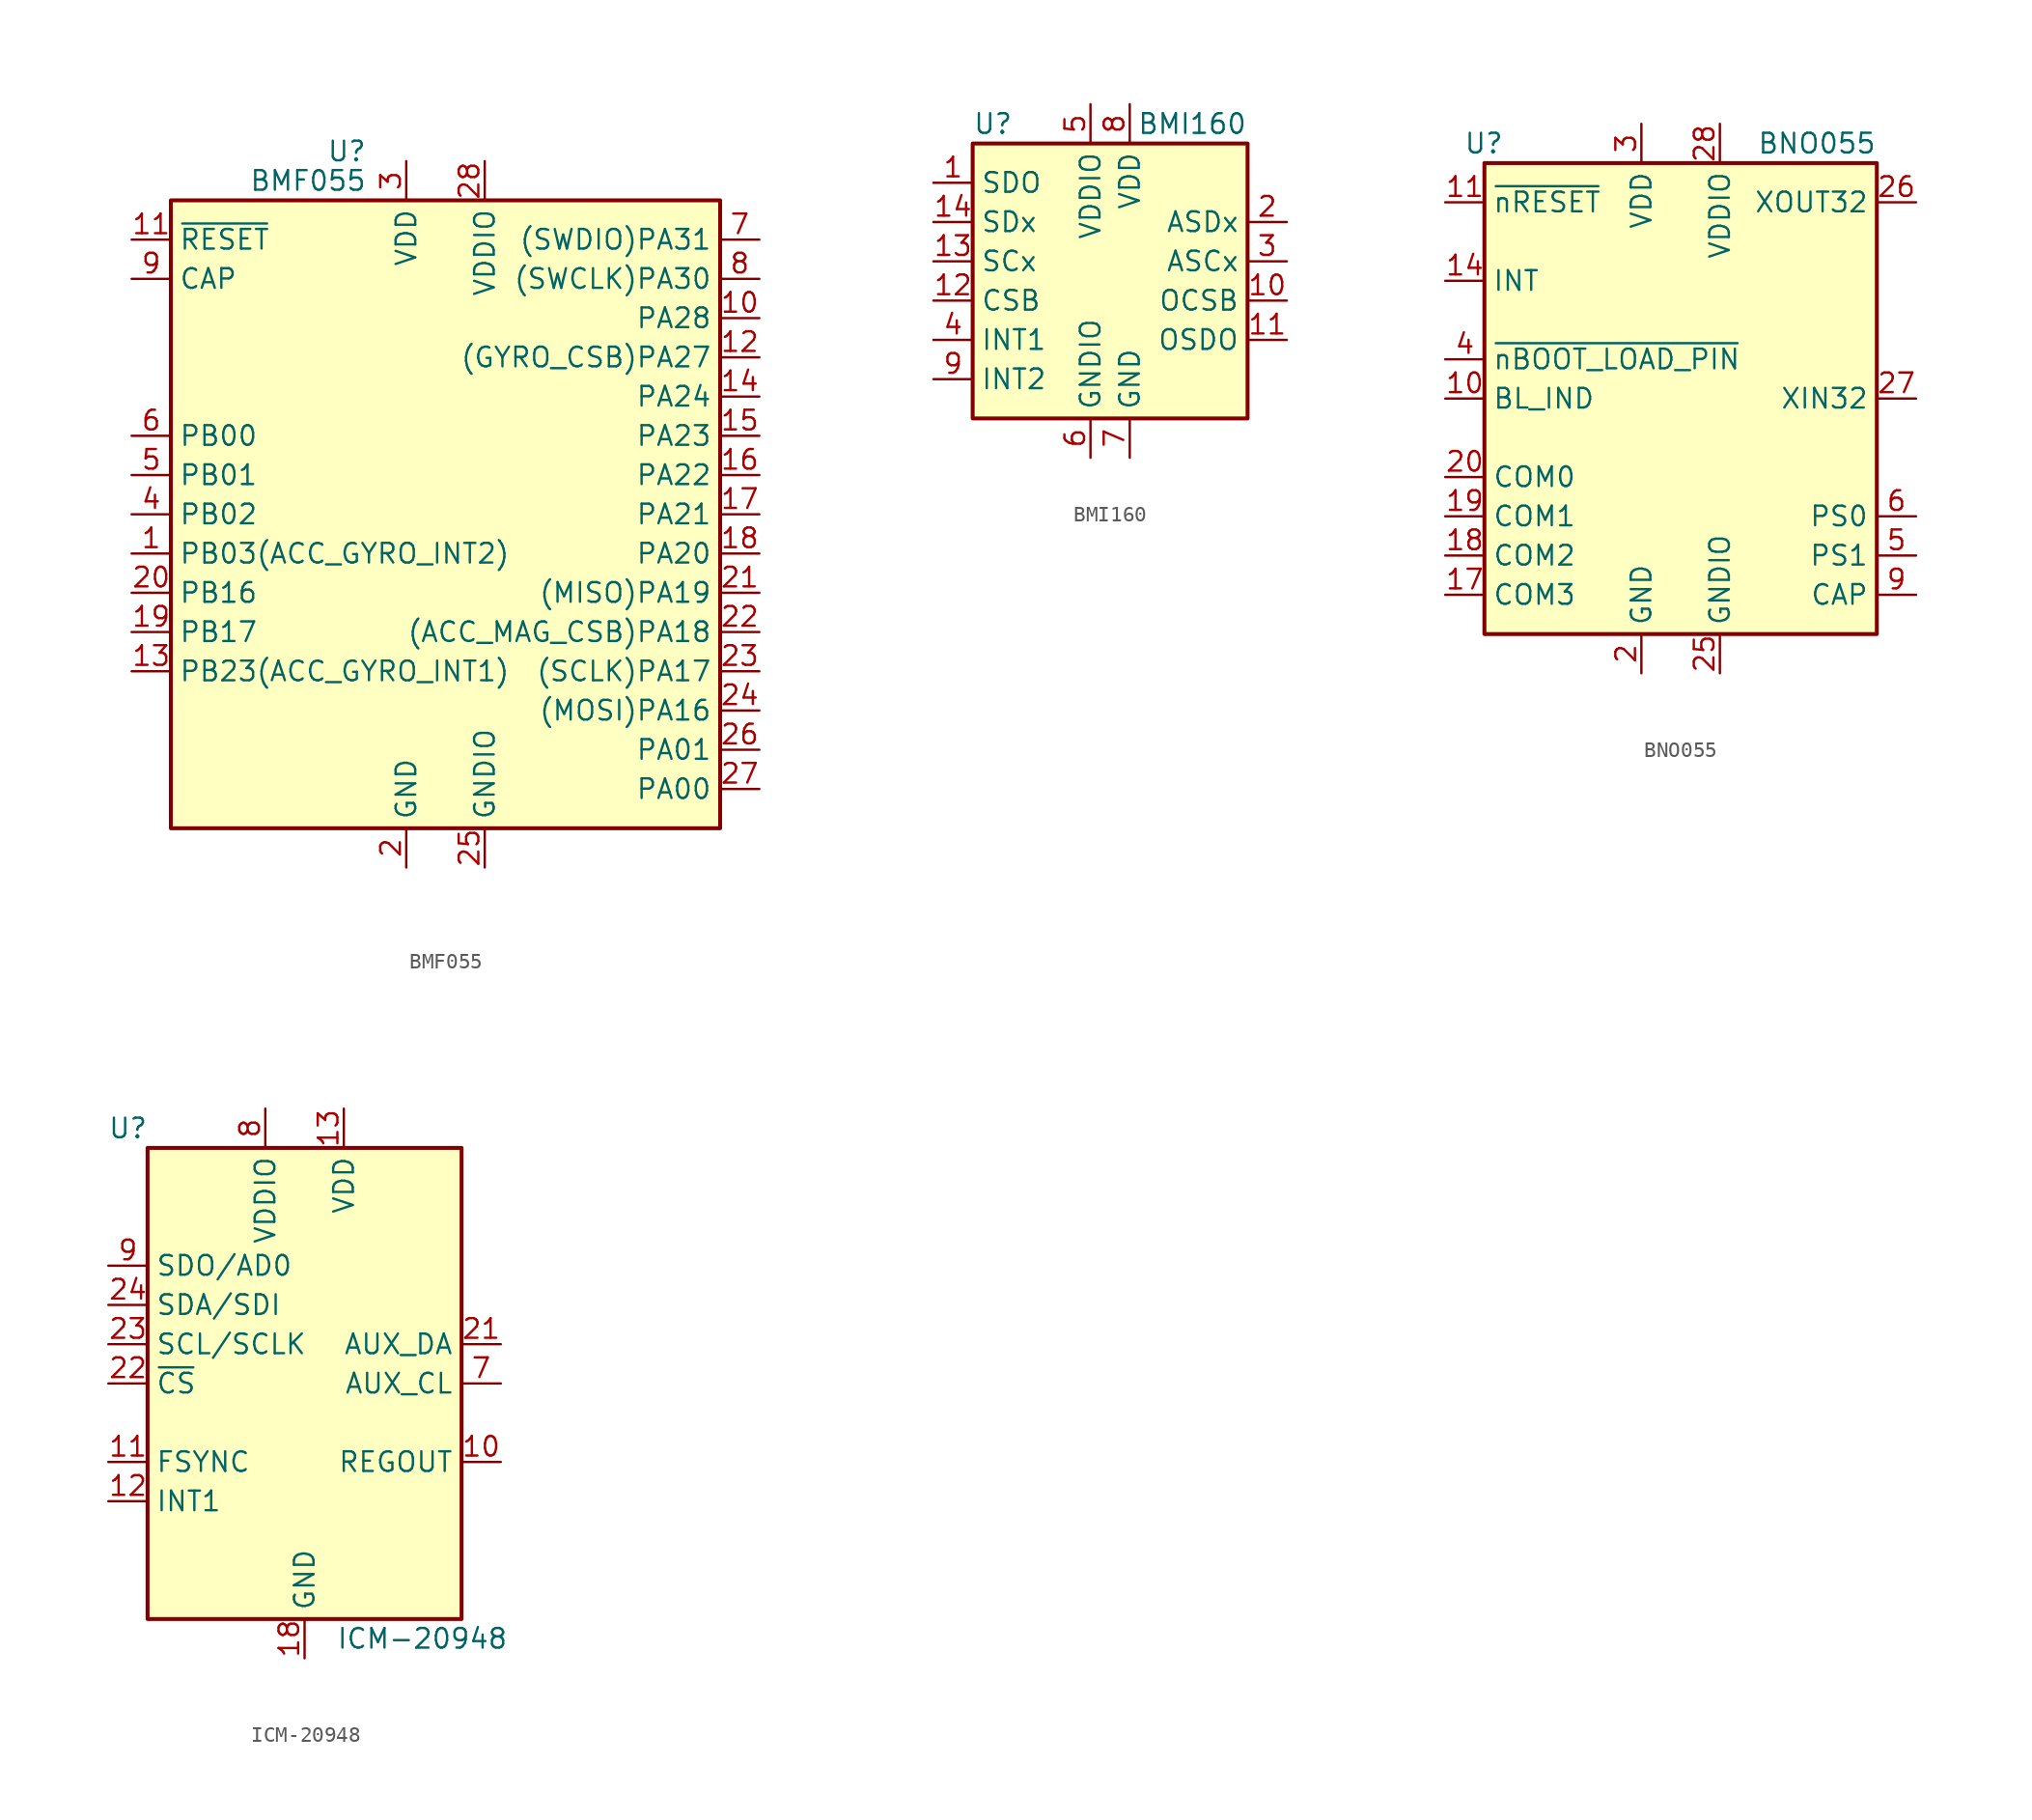
<source format=kicad_sym>
(kicad_symbol_lib
  (version 20201005)
  (generator kicad_symbol_editor)
  (symbol "BMF055"
    (property "Reference" "U"
      (at -5.08 23.495 0)
      (effects (font (size 1.27 1.27)) (justify right)))
    (property "Value" "BMF055"
      (at -5.08 21.59 0)
      (effects (font (size 1.27 1.27)) (justify right)))
    (symbol "BMF055_0_1"
      (rectangle (start -17.78 20.32) (end 17.78 -20.32) (stroke (width 0.254)) (fill (type background))))
    (symbol "BMF055_1_1"
      (pin bidirectional line (at -20.32 -2.54 0) (length 2.54) (name "PB03(ACC_GYRO_INT2)" (effects (font (size 1.27 1.27)))) (number "1" (effects (font (size 1.27 1.27)))))
      (pin bidirectional line (at 20.32 12.7 180) (length 2.54) (name "PA28" (effects (font (size 1.27 1.27)))) (number "10" (effects (font (size 1.27 1.27)))))
      (pin input line (at -20.32 17.78 0) (length 2.54) (name "~RESET" (effects (font (size 1.27 1.27)))) (number "11" (effects (font (size 1.27 1.27)))))
      (pin bidirectional line (at 20.32 10.16 180) (length 2.54) (name "(GYRO_CSB)PA27" (effects (font (size 1.27 1.27)))) (number "12" (effects (font (size 1.27 1.27)))))
      (pin bidirectional line (at -20.32 -10.16 0) (length 2.54) (name "PB23(ACC_GYRO_INT1)" (effects (font (size 1.27 1.27)))) (number "13" (effects (font (size 1.27 1.27)))))
      (pin input line (at 20.32 7.62 180) (length 2.54) (name "PA24" (effects (font (size 1.27 1.27)))) (number "14" (effects (font (size 1.27 1.27)))))
      (pin bidirectional line (at 20.32 5.08 180) (length 2.54) (name "PA23" (effects (font (size 1.27 1.27)))) (number "15" (effects (font (size 1.27 1.27)))))
      (pin bidirectional line (at 20.32 2.54 180) (length 2.54) (name "PA22" (effects (font (size 1.27 1.27)))) (number "16" (effects (font (size 1.27 1.27)))))
      (pin bidirectional line (at 20.32 0 180) (length 2.54) (name "PA21" (effects (font (size 1.27 1.27)))) (number "17" (effects (font (size 1.27 1.27)))))
      (pin bidirectional line (at 20.32 -2.54 180) (length 2.54) (name "PA20" (effects (font (size 1.27 1.27)))) (number "18" (effects (font (size 1.27 1.27)))))
      (pin bidirectional line (at -20.32 -7.62 0) (length 2.54) (name "PB17" (effects (font (size 1.27 1.27)))) (number "19" (effects (font (size 1.27 1.27)))))
      (pin power_in line (at -2.54 -22.86 90) (length 2.54) (name "GND" (effects (font (size 1.27 1.27)))) (number "2" (effects (font (size 1.27 1.27)))))
      (pin bidirectional line (at -20.32 -5.08 0) (length 2.54) (name "PB16" (effects (font (size 1.27 1.27)))) (number "20" (effects (font (size 1.27 1.27)))))
      (pin bidirectional line (at 20.32 -5.08 180) (length 2.54) (name "(MISO)PA19" (effects (font (size 1.27 1.27)))) (number "21" (effects (font (size 1.27 1.27)))))
      (pin bidirectional line (at 20.32 -7.62 180) (length 2.54) (name "(ACC_MAG_CSB)PA18" (effects (font (size 1.27 1.27)))) (number "22" (effects (font (size 1.27 1.27)))))
      (pin bidirectional line (at 20.32 -10.16 180) (length 2.54) (name "(SCLK)PA17" (effects (font (size 1.27 1.27)))) (number "23" (effects (font (size 1.27 1.27)))))
      (pin bidirectional line (at 20.32 -12.7 180) (length 2.54) (name "(MOSI)PA16" (effects (font (size 1.27 1.27)))) (number "24" (effects (font (size 1.27 1.27)))))
      (pin power_in line (at 2.54 -22.86 90) (length 2.54) (name "GNDIO" (effects (font (size 1.27 1.27)))) (number "25" (effects (font (size 1.27 1.27)))))
      (pin bidirectional line (at 20.32 -15.24 180) (length 2.54) (name "PA01" (effects (font (size 1.27 1.27)))) (number "26" (effects (font (size 1.27 1.27)))))
      (pin bidirectional line (at 20.32 -17.78 180) (length 2.54) (name "PA00" (effects (font (size 1.27 1.27)))) (number "27" (effects (font (size 1.27 1.27)))))
      (pin power_in line (at 2.54 22.86 270) (length 2.54) (name "VDDIO" (effects (font (size 1.27 1.27)))) (number "28" (effects (font (size 1.27 1.27)))))
      (pin power_in line (at -2.54 22.86 270) (length 2.54) (name "VDD" (effects (font (size 1.27 1.27)))) (number "3" (effects (font (size 1.27 1.27)))))
      (pin bidirectional line (at -20.32 0 0) (length 2.54) (name "PB02" (effects (font (size 1.27 1.27)))) (number "4" (effects (font (size 1.27 1.27)))))
      (pin bidirectional line (at -20.32 2.54 0) (length 2.54) (name "PB01" (effects (font (size 1.27 1.27)))) (number "5" (effects (font (size 1.27 1.27)))))
      (pin bidirectional line (at -20.32 5.08 0) (length 2.54) (name "PB00" (effects (font (size 1.27 1.27)))) (number "6" (effects (font (size 1.27 1.27)))))
      (pin bidirectional line (at 20.32 17.78 180) (length 2.54) (name "(SWDIO)PA31" (effects (font (size 1.27 1.27)))) (number "7" (effects (font (size 1.27 1.27)))))
      (pin bidirectional line (at 20.32 15.24 180) (length 2.54) (name "(SWCLK)PA30" (effects (font (size 1.27 1.27)))) (number "8" (effects (font (size 1.27 1.27)))))
      (pin bidirectional line (at -20.32 15.24 0) (length 2.54) (name "CAP" (effects (font (size 1.27 1.27)))) (number "9" (effects (font (size 1.27 1.27)))))))
  (symbol "BMI160"
    (property "Reference" "U"
      (at -10.16 8.89 0)
      (effects (font (size 1.27 1.27)) (justify left)))
    (property "Value" "BMI160"
      (at 7.62 8.89 0)
      (effects (font (size 1.27 1.27)) (justify right)))
    (symbol "BMI160_1_1"
      (rectangle (start -10.16 7.62) (end 7.62 -10.16) (stroke (width 0.254)) (fill (type background)))
      (pin bidirectional line (at -12.7 5.08 0) (length 2.54) (name "SDO" (effects (font (size 1.27 1.27)))) (number "1" (effects (font (size 1.27 1.27)))))
      (pin bidirectional line (at 10.16 -2.54 180) (length 2.54) (name "OCSB" (effects (font (size 1.27 1.27)))) (number "10" (effects (font (size 1.27 1.27)))))
      (pin bidirectional line (at 10.16 -5.08 180) (length 2.54) (name "OSDO" (effects (font (size 1.27 1.27)))) (number "11" (effects (font (size 1.27 1.27)))))
      (pin input line (at -12.7 -2.54 0) (length 2.54) (name "CSB" (effects (font (size 1.27 1.27)))) (number "12" (effects (font (size 1.27 1.27)))))
      (pin input line (at -12.7 0 0) (length 2.54) (name "SCx" (effects (font (size 1.27 1.27)))) (number "13" (effects (font (size 1.27 1.27)))))
      (pin bidirectional line (at -12.7 2.54 0) (length 2.54) (name "SDx" (effects (font (size 1.27 1.27)))) (number "14" (effects (font (size 1.27 1.27)))))
      (pin bidirectional line (at 10.16 2.54 180) (length 2.54) (name "ASDx" (effects (font (size 1.27 1.27)))) (number "2" (effects (font (size 1.27 1.27)))))
      (pin output line (at 10.16 0 180) (length 2.54) (name "ASCx" (effects (font (size 1.27 1.27)))) (number "3" (effects (font (size 1.27 1.27)))))
      (pin bidirectional line (at -12.7 -5.08 0) (length 2.54) (name "INT1" (effects (font (size 1.27 1.27)))) (number "4" (effects (font (size 1.27 1.27)))))
      (pin power_in line (at -2.54 10.16 270) (length 2.54) (name "VDDIO" (effects (font (size 1.27 1.27)))) (number "5" (effects (font (size 1.27 1.27)))))
      (pin power_in line (at -2.54 -12.7 90) (length 2.54) (name "GNDIO" (effects (font (size 1.27 1.27)))) (number "6" (effects (font (size 1.27 1.27)))))
      (pin power_in line (at 0 -12.7 90) (length 2.54) (name "GND" (effects (font (size 1.27 1.27)))) (number "7" (effects (font (size 1.27 1.27)))))
      (pin power_in line (at 0 10.16 270) (length 2.54) (name "VDD" (effects (font (size 1.27 1.27)))) (number "8" (effects (font (size 1.27 1.27)))))
      (pin bidirectional line (at -12.7 -7.62 0) (length 2.54) (name "INT2" (effects (font (size 1.27 1.27)))) (number "9" (effects (font (size 1.27 1.27)))))))
  (symbol "BNO055"
    (property "Reference" "U"
      (at -11.43 16.51 0)
      (effects (font (size 1.27 1.27)) (justify right)))
    (property "Value" "BNO055"
      (at 12.7 16.51 0)
      (effects (font (size 1.27 1.27)) (justify right)))
    (symbol "BNO055_0_1"
      (rectangle (start -12.7 15.24) (end 12.7 -15.24) (stroke (width 0.254)) (fill (type background))))
    (symbol "BNO055_1_1"
      (pin no_connect line (at -12.7 10.16 0) (length 2.54) hide (name "PIN1" (effects (font (size 1.27 1.27)))) (number "1" (effects (font (size 1.27 1.27)))))
      (pin output line (at -15.24 0 0) (length 2.54) (name "BL_IND" (effects (font (size 1.27 1.27)))) (number "10" (effects (font (size 1.27 1.27)))))
      (pin input line (at -15.24 12.7 0) (length 2.54) (name "~nRESET" (effects (font (size 1.27 1.27)))) (number "11" (effects (font (size 1.27 1.27)))))
      (pin no_connect line (at 12.7 10.16 180) (length 2.54) hide (name "PIN12" (effects (font (size 1.27 1.27)))) (number "12" (effects (font (size 1.27 1.27)))))
      (pin no_connect line (at 12.7 7.62 180) (length 2.54) hide (name "PIN13" (effects (font (size 1.27 1.27)))) (number "13" (effects (font (size 1.27 1.27)))))
      (pin output line (at -15.24 7.62 0) (length 2.54) (name "INT" (effects (font (size 1.27 1.27)))) (number "14" (effects (font (size 1.27 1.27)))))
      (pin passive line (at 2.54 -17.78 90) (length 2.54) hide (name "GNDIO" (effects (font (size 1.27 1.27)))) (number "15" (effects (font (size 1.27 1.27)))))
      (pin passive line (at 2.54 -17.78 90) (length 2.54) hide (name "GNDIO" (effects (font (size 1.27 1.27)))) (number "16" (effects (font (size 1.27 1.27)))))
      (pin input line (at -15.24 -12.7 0) (length 2.54) (name "COM3" (effects (font (size 1.27 1.27)))) (number "17" (effects (font (size 1.27 1.27)))))
      (pin bidirectional line (at -15.24 -10.16 0) (length 2.54) (name "COM2" (effects (font (size 1.27 1.27)))) (number "18" (effects (font (size 1.27 1.27)))))
      (pin bidirectional line (at -15.24 -7.62 0) (length 2.54) (name "COM1" (effects (font (size 1.27 1.27)))) (number "19" (effects (font (size 1.27 1.27)))))
      (pin power_in line (at -2.54 -17.78 90) (length 2.54) (name "GND" (effects (font (size 1.27 1.27)))) (number "2" (effects (font (size 1.27 1.27)))))
      (pin bidirectional line (at -15.24 -5.08 0) (length 2.54) (name "COM0" (effects (font (size 1.27 1.27)))) (number "20" (effects (font (size 1.27 1.27)))))
      (pin no_connect line (at 12.7 5.08 180) (length 2.54) hide (name "PIN21" (effects (font (size 1.27 1.27)))) (number "21" (effects (font (size 1.27 1.27)))))
      (pin no_connect line (at 12.7 2.54 180) (length 2.54) hide (name "PIN22" (effects (font (size 1.27 1.27)))) (number "22" (effects (font (size 1.27 1.27)))))
      (pin no_connect line (at 12.7 -2.54 180) (length 2.54) hide (name "PIN23" (effects (font (size 1.27 1.27)))) (number "23" (effects (font (size 1.27 1.27)))))
      (pin no_connect line (at 12.7 -5.08 180) (length 2.54) hide (name "PIN24" (effects (font (size 1.27 1.27)))) (number "24" (effects (font (size 1.27 1.27)))))
      (pin power_in line (at 2.54 -17.78 90) (length 2.54) (name "GNDIO" (effects (font (size 1.27 1.27)))) (number "25" (effects (font (size 1.27 1.27)))))
      (pin output line (at 15.24 12.7 180) (length 2.54) (name "XOUT32" (effects (font (size 1.27 1.27)))) (number "26" (effects (font (size 1.27 1.27)))))
      (pin input line (at 15.24 0 180) (length 2.54) (name "XIN32" (effects (font (size 1.27 1.27)))) (number "27" (effects (font (size 1.27 1.27)))))
      (pin power_in line (at 2.54 17.78 270) (length 2.54) (name "VDDIO" (effects (font (size 1.27 1.27)))) (number "28" (effects (font (size 1.27 1.27)))))
      (pin power_in line (at -2.54 17.78 270) (length 2.54) (name "VDD" (effects (font (size 1.27 1.27)))) (number "3" (effects (font (size 1.27 1.27)))))
      (pin input line (at -15.24 2.54 0) (length 2.54) (name "~nBOOT_LOAD_PIN" (effects (font (size 1.27 1.27)))) (number "4" (effects (font (size 1.27 1.27)))))
      (pin input line (at 15.24 -10.16 180) (length 2.54) (name "PS1" (effects (font (size 1.27 1.27)))) (number "5" (effects (font (size 1.27 1.27)))))
      (pin input line (at 15.24 -7.62 180) (length 2.54) (name "PS0" (effects (font (size 1.27 1.27)))) (number "6" (effects (font (size 1.27 1.27)))))
      (pin no_connect line (at -12.7 5.08 0) (length 2.54) hide (name "PIN7" (effects (font (size 1.27 1.27)))) (number "7" (effects (font (size 1.27 1.27)))))
      (pin no_connect line (at -12.7 -2.54 0) (length 2.54) hide (name "PIN8" (effects (font (size 1.27 1.27)))) (number "8" (effects (font (size 1.27 1.27)))))
      (pin passive line (at 15.24 -12.7 180) (length 2.54) (name "CAP" (effects (font (size 1.27 1.27)))) (number "9" (effects (font (size 1.27 1.27)))))))
  (symbol "ICM-20948"
    (property "Reference" "U"
      (at -11.43 16.51 0)
      (effects (font (size 1.27 1.27))))
    (property "Value" "ICM-20948"
      (at 7.62 -16.51 0)
      (effects (font (size 1.27 1.27))))
    (symbol "ICM-20948_0_1"
      (rectangle (start -10.16 15.24) (end 10.16 -15.24) (stroke (width 0.254)) (fill (type background))))
    (symbol "ICM-20948_1_1"
      (pin no_connect line (at -10.16 12.7 0) (length 2.54) hide (name "NC" (effects (font (size 1.27 1.27)))) (number "1" (effects (font (size 1.27 1.27)))))
      (pin passive line (at 12.7 -5.08 180) (length 2.54) (name "REGOUT" (effects (font (size 1.27 1.27)))) (number "10" (effects (font (size 1.27 1.27)))))
      (pin input line (at -12.7 -5.08 0) (length 2.54) (name "FSYNC" (effects (font (size 1.27 1.27)))) (number "11" (effects (font (size 1.27 1.27)))))
      (pin output line (at -12.7 -7.62 0) (length 2.54) (name "INT1" (effects (font (size 1.27 1.27)))) (number "12" (effects (font (size 1.27 1.27)))))
      (pin power_in line (at 2.54 17.78 270) (length 2.54) (name "VDD" (effects (font (size 1.27 1.27)))) (number "13" (effects (font (size 1.27 1.27)))))
      (pin no_connect line (at 10.16 7.62 180) (length 2.54) hide (name "NC" (effects (font (size 1.27 1.27)))) (number "14" (effects (font (size 1.27 1.27)))))
      (pin no_connect line (at 10.16 5.08 180) (length 2.54) hide (name "NC" (effects (font (size 1.27 1.27)))) (number "15" (effects (font (size 1.27 1.27)))))
      (pin no_connect line (at 10.16 -7.62 180) (length 2.54) hide (name "NC" (effects (font (size 1.27 1.27)))) (number "16" (effects (font (size 1.27 1.27)))))
      (pin no_connect line (at 10.16 -10.16 180) (length 2.54) hide (name "NC" (effects (font (size 1.27 1.27)))) (number "17" (effects (font (size 1.27 1.27)))))
      (pin power_in line (at 0 -17.78 90) (length 2.54) (name "GND" (effects (font (size 1.27 1.27)))) (number "18" (effects (font (size 1.27 1.27)))))
      (pin no_connect line (at 10.16 -12.7 180) (length 2.54) hide (name "RESV" (effects (font (size 1.27 1.27)))) (number "19" (effects (font (size 1.27 1.27)))))
      (pin no_connect line (at -10.16 10.16 0) (length 2.54) hide (name "NC" (effects (font (size 1.27 1.27)))) (number "2" (effects (font (size 1.27 1.27)))))
      (pin passive line (at 0 -17.78 90) (length 2.54) hide (name "GND" (effects (font (size 1.27 1.27)))) (number "20" (effects (font (size 1.27 1.27)))))
      (pin bidirectional line (at 12.7 2.54 180) (length 2.54) (name "AUX_DA" (effects (font (size 1.27 1.27)))) (number "21" (effects (font (size 1.27 1.27)))))
      (pin input line (at -12.7 0 0) (length 2.54) (name "~CS" (effects (font (size 1.27 1.27)))) (number "22" (effects (font (size 1.27 1.27)))))
      (pin input line (at -12.7 2.54 0) (length 2.54) (name "SCL/SCLK" (effects (font (size 1.27 1.27)))) (number "23" (effects (font (size 1.27 1.27)))))
      (pin bidirectional line (at -12.7 5.08 0) (length 2.54) (name "SDA/SDI" (effects (font (size 1.27 1.27)))) (number "24" (effects (font (size 1.27 1.27)))))
      (pin no_connect line (at -10.16 -2.54 0) (length 2.54) hide (name "NC" (effects (font (size 1.27 1.27)))) (number "3" (effects (font (size 1.27 1.27)))))
      (pin no_connect line (at -10.16 -10.16 0) (length 2.54) hide (name "NC" (effects (font (size 1.27 1.27)))) (number "4" (effects (font (size 1.27 1.27)))))
      (pin no_connect line (at -10.16 -12.7 0) (length 2.54) hide (name "NC" (effects (font (size 1.27 1.27)))) (number "5" (effects (font (size 1.27 1.27)))))
      (pin no_connect line (at 10.16 10.16 180) (length 2.54) hide (name "NC" (effects (font (size 1.27 1.27)))) (number "6" (effects (font (size 1.27 1.27)))))
      (pin output line (at 12.7 0 180) (length 2.54) (name "AUX_CL" (effects (font (size 1.27 1.27)))) (number "7" (effects (font (size 1.27 1.27)))))
      (pin power_in line (at -2.54 17.78 270) (length 2.54) (name "VDDIO" (effects (font (size 1.27 1.27)))) (number "8" (effects (font (size 1.27 1.27)))))
      (pin bidirectional line (at -12.7 7.62 0) (length 2.54) (name "SDO/AD0" (effects (font (size 1.27 1.27)))) (number "9" (effects (font (size 1.27 1.27))))))))
</source>
